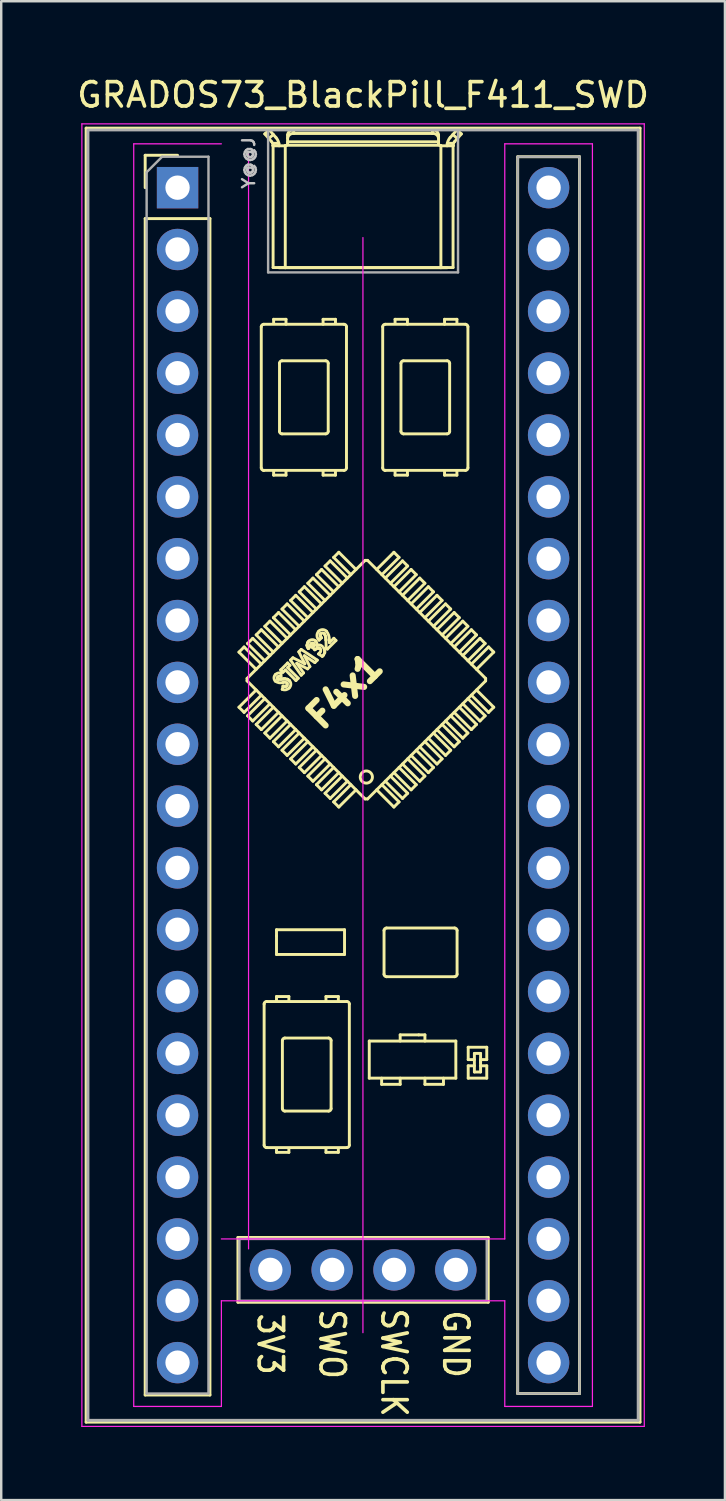
<source format=kicad_pcb>
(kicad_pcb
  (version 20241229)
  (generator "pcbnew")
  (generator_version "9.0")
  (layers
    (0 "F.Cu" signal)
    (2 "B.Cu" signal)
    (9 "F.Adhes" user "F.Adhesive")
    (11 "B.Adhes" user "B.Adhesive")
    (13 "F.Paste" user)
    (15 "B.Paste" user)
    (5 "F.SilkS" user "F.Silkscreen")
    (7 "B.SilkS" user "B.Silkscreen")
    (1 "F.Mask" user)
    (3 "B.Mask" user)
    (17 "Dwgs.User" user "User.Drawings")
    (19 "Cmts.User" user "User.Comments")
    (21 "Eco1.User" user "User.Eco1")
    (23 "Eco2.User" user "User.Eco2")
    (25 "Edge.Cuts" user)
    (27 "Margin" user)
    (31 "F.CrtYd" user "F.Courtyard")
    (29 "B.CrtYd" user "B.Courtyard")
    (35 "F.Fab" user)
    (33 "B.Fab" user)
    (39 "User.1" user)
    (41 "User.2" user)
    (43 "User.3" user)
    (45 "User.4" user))
  (footprint "GRADOS73_BlackPill_F411_SWD"
    (layer "F.Cu")
    (at 4.243 4.658)
    (property "Reference" "GRADOS73_BlackPill_F411_SWD" (at 7.62 -3.81 0) (layer "F.SilkS") (effects (font (size 1 1) (thickness 0.15))))
    (attr through_hole)
    (fp_line (start -3.755 -2.445) (end 18.995 -2.445) (stroke (width 0.12) (type solid)) (layer "F.SilkS"))
    (fp_line (start -3.755 50.705) (end -3.755 -2.445) (stroke (width 0.12) (type solid)) (layer "F.SilkS"))
    (fp_line (start -1.33 -1.33) (end 0 -1.33) (stroke (width 0.12) (type solid)) (layer "F.SilkS"))
    (fp_line (start -1.33 0) (end -1.33 -1.33) (stroke (width 0.12) (type solid)) (layer "F.SilkS"))
    (fp_line (start -1.33 1.27) (end 1.33 1.27) (stroke (width 0.12) (type solid)) (layer "F.SilkS"))
    (fp_line (start -1.33 49.59) (end -1.33 1.27) (stroke (width 0.12) (type solid)) (layer "F.SilkS"))
    (fp_line (start 1.33 1.27) (end 1.33 49.59) (stroke (width 0.12) (type solid)) (layer "F.SilkS"))
    (fp_line (start 1.33 49.59) (end -1.33 49.59) (stroke (width 0.12) (type solid)) (layer "F.SilkS"))
    (fp_line (start 2.48 43.12) (end 2.48 45.78) (stroke (width 0.12) (type solid)) (layer "F.SilkS"))
    (fp_line (start 2.48 45.78) (end 12.76 45.78) (stroke (width 0.12) (type solid)) (layer "F.SilkS"))
    (fp_line (start 2.522 19.077) (end 3.229 19.784) (stroke (width 0.12) (type solid)) (layer "F.SilkS"))
    (fp_line (start 2.522 21.34) (end 3.229 20.633) (stroke (width 0.12) (type solid)) (layer "F.SilkS"))
    (fp_line (start 2.734 18.865) (end 2.522 19.077) (stroke (width 0.12) (type solid)) (layer "F.SilkS"))
    (fp_line (start 2.734 18.865) (end 3.441 19.572) (stroke (width 0.12) (type solid)) (layer "F.SilkS"))
    (fp_line (start 2.734 21.552) (end 2.522 21.34) (stroke (width 0.12) (type solid)) (layer "F.SilkS"))
    (fp_line (start 2.734 21.552) (end 3.441 20.845) (stroke (width 0.12) (type solid)) (layer "F.SilkS"))
    (fp_line (start 2.855 20.258) (end 2.855 20.158) (stroke (width 0.12) (type solid)) (layer "F.SilkS"))
    (fp_line (start 2.855 20.258) (end 7.704 25.108) (stroke (width 0.12) (type solid)) (layer "F.SilkS"))
    (fp_line (start 2.875 18.723) (end 3.583 19.431) (stroke (width 0.12) (type solid)) (layer "F.SilkS"))
    (fp_line (start 2.875 21.693) (end 3.583 20.986) (stroke (width 0.12) (type solid)) (layer "F.SilkS"))
    (fp_line (start 3.088 18.511) (end 2.875 18.723) (stroke (width 0.12) (type solid)) (layer "F.SilkS"))
    (fp_line (start 3.088 18.511) (end 3.795 19.218) (stroke (width 0.12) (type solid)) (layer "F.SilkS"))
    (fp_line (start 3.088 21.905) (end 2.875 21.693) (stroke (width 0.12) (type solid)) (layer "F.SilkS"))
    (fp_line (start 3.088 21.905) (end 3.795 21.198) (stroke (width 0.12) (type solid)) (layer "F.SilkS"))
    (fp_line (start 3.229 18.37) (end 3.936 19.077) (stroke (width 0.12) (type solid)) (layer "F.SilkS"))
    (fp_line (start 3.229 22.047) (end 3.936 21.34) (stroke (width 0.12) (type solid)) (layer "F.SilkS"))
    (fp_line (start 3.438 5.712) (end 3.438 11.512) (stroke (width 0.12) (type solid)) (layer "F.SilkS"))
    (fp_line (start 3.441 18.158) (end 3.229 18.37) (stroke (width 0.12) (type solid)) (layer "F.SilkS"))
    (fp_line (start 3.441 18.158) (end 4.148 18.865) (stroke (width 0.12) (type solid)) (layer "F.SilkS"))
    (fp_line (start 3.441 22.259) (end 3.229 22.047) (stroke (width 0.12) (type solid)) (layer "F.SilkS"))
    (fp_line (start 3.441 22.259) (end 4.148 21.552) (stroke (width 0.12) (type solid)) (layer "F.SilkS"))
    (fp_line (start 3.534 11.612) (end 3.538 11.612) (stroke (width 0.12) (type solid)) (layer "F.SilkS"))
    (fp_line (start 3.538 11.612) (end 6.838 11.612) (stroke (width 0.12) (type solid)) (layer "F.SilkS"))
    (fp_line (start 3.556 33.528) (end 3.556 39.328) (stroke (width 0.12) (type solid)) (layer "F.SilkS"))
    (fp_line (start 3.583 -2.207) (end 3.861 -1.891) (stroke (width 0.12) (type solid)) (layer "F.SilkS"))
    (fp_line (start 3.583 18.016) (end 4.29 18.723) (stroke (width 0.12) (type solid)) (layer "F.SilkS"))
    (fp_line (start 3.583 22.4) (end 4.29 21.693) (stroke (width 0.12) (type solid)) (layer "F.SilkS"))
    (fp_line (start 3.652 39.428) (end 3.656 39.428) (stroke (width 0.12) (type solid)) (layer "F.SilkS"))
    (fp_line (start 3.656 39.428) (end 6.956 39.428) (stroke (width 0.12) (type solid)) (layer "F.SilkS"))
    (fp_line (start 3.748 -2.02) (end 3.933 -2.182) (stroke (width 0.12) (type solid)) (layer "F.SilkS"))
    (fp_line (start 3.767 -2.37) (end 3.583 -2.207) (stroke (width 0.12) (type solid)) (layer "F.SilkS"))
    (fp_line (start 3.795 17.804) (end 3.583 18.016) (stroke (width 0.12) (type solid)) (layer "F.SilkS"))
    (fp_line (start 3.795 17.804) (end 4.502 18.511) (stroke (width 0.12) (type solid)) (layer "F.SilkS"))
    (fp_line (start 3.795 22.613) (end 3.583 22.4) (stroke (width 0.12) (type solid)) (layer "F.SilkS"))
    (fp_line (start 3.795 22.613) (end 4.502 21.905) (stroke (width 0.12) (type solid)) (layer "F.SilkS"))
    (fp_line (start 3.924 -1.728) (end 3.929 -1.72) (stroke (width 0.12) (type solid)) (layer "F.SilkS"))
    (fp_line (start 3.924 -1.726) (end 3.924 -1.728) (stroke (width 0.12) (type solid)) (layer "F.SilkS"))
    (fp_line (start 3.924 -1.726) (end 3.924 3.28) (stroke (width 0.12) (type solid)) (layer "F.SilkS"))
    (fp_line (start 3.929 -1.72) (end 3.93 -1.72) (stroke (width 0.12) (type solid)) (layer "F.SilkS"))
    (fp_line (start 3.93 -1.72) (end 4.42 -1.72) (stroke (width 0.12) (type solid)) (layer "F.SilkS"))
    (fp_line (start 3.936 17.663) (end 4.643 18.37) (stroke (width 0.12) (type solid)) (layer "F.SilkS"))
    (fp_line (start 3.936 22.754) (end 4.643 22.047) (stroke (width 0.12) (type solid)) (layer "F.SilkS"))
    (fp_line (start 3.946 5.407) (end 4.454 5.407) (stroke (width 0.12) (type solid)) (layer "F.SilkS"))
    (fp_line (start 3.946 5.559) (end 3.946 5.407) (stroke (width 0.12) (type solid)) (layer "F.SilkS"))
    (fp_line (start 3.946 11.655) (end 3.946 11.808) (stroke (width 0.12) (type solid)) (layer "F.SilkS"))
    (fp_line (start 3.946 11.808) (end 4.454 11.808) (stroke (width 0.12) (type solid)) (layer "F.SilkS"))
    (fp_line (start 4.045 -2.055) (end 3.767 -2.37) (stroke (width 0.12) (type solid)) (layer "F.SilkS"))
    (fp_line (start 4.064 30.48) (end 4.064 30.734) (stroke (width 0.12) (type solid)) (layer "F.SilkS"))
    (fp_line (start 4.064 30.734) (end 4.064 31.496) (stroke (width 0.12) (type solid)) (layer "F.SilkS"))
    (fp_line (start 4.064 31.496) (end 6.858 31.496) (stroke (width 0.12) (type solid)) (layer "F.SilkS"))
    (fp_line (start 4.064 33.223) (end 4.572 33.223) (stroke (width 0.12) (type solid)) (layer "F.SilkS"))
    (fp_line (start 4.064 33.376) (end 4.064 33.223) (stroke (width 0.12) (type solid)) (layer "F.SilkS"))
    (fp_line (start 4.064 39.472) (end 4.064 39.624) (stroke (width 0.12) (type solid)) (layer "F.SilkS"))
    (fp_line (start 4.064 39.624) (end 4.572 39.624) (stroke (width 0.12) (type solid)) (layer "F.SilkS"))
    (fp_line (start 4.108 20.17) (end 4.126 20.182) (stroke (width 0.12) (type solid)) (layer "F.SilkS"))
    (fp_line (start 4.108 20.17) (end 4.126 20.182) (stroke (width 0.12) (type solid)) (layer "F.SilkS"))
    (fp_line (start 4.126 20.182) (end 4.142 20.186) (stroke (width 0.12) (type solid)) (layer "F.SilkS"))
    (fp_line (start 4.126 20.182) (end 4.142 20.186) (stroke (width 0.12) (type solid)) (layer "F.SilkS"))
    (fp_line (start 4.142 20.186) (end 4.221 20.186) (stroke (width 0.12) (type solid)) (layer "F.SilkS"))
    (fp_line (start 4.142 20.186) (end 4.221 20.186) (stroke (width 0.12) (type solid)) (layer "F.SilkS"))
    (fp_line (start 4.148 17.451) (end 3.936 17.663) (stroke (width 0.12) (type solid)) (layer "F.SilkS"))
    (fp_line (start 4.148 17.451) (end 4.855 18.158) (stroke (width 0.12) (type solid)) (layer "F.SilkS"))
    (fp_line (start 4.148 22.966) (end 3.936 22.754) (stroke (width 0.12) (type solid)) (layer "F.SilkS"))
    (fp_line (start 4.148 22.966) (end 4.855 22.259) (stroke (width 0.12) (type solid)) (layer "F.SilkS"))
    (fp_line (start 4.161 -1.82) (end 3.905 -1.82) (stroke (width 0.12) (type solid)) (layer "F.SilkS"))
    (fp_line (start 4.17 -1.72) (end 4.17 -1.724) (stroke (width 0.12) (type solid)) (layer "F.SilkS"))
    (fp_line (start 4.188 10.012) (end 4.188 7.212) (stroke (width 0.12) (type solid)) (layer "F.SilkS"))
    (fp_line (start 4.221 20.186) (end 4.283 20.183) (stroke (width 0.12) (type solid)) (layer "F.SilkS"))
    (fp_line (start 4.221 20.186) (end 4.283 20.183) (stroke (width 0.12) (type solid)) (layer "F.SilkS"))
    (fp_line (start 4.236 19.809) (end 4.522 19.523) (stroke (width 0.12) (type solid)) (layer "F.SilkS"))
    (fp_line (start 4.253 19.934) (end 4.247 20.07) (stroke (width 0.12) (type solid)) (layer "F.SilkS"))
    (fp_line (start 4.283 20.183) (end 4.355 20.178) (stroke (width 0.12) (type solid)) (layer "F.SilkS"))
    (fp_line (start 4.283 20.183) (end 4.355 20.178) (stroke (width 0.12) (type solid)) (layer "F.SilkS"))
    (fp_line (start 4.288 7.112) (end 6.088 7.112) (stroke (width 0.12) (type solid)) (layer "F.SilkS"))
    (fp_line (start 4.29 17.309) (end 4.997 18.016) (stroke (width 0.12) (type solid)) (layer "F.SilkS"))
    (fp_line (start 4.29 23.107) (end 4.997 22.4) (stroke (width 0.12) (type solid)) (layer "F.SilkS"))
    (fp_line (start 4.3 20.607) (end 4.334 20.473) (stroke (width 0.12) (type solid)) (layer "F.SilkS"))
    (fp_line (start 4.306 37.828) (end 4.306 35.028) (stroke (width 0.12) (type solid)) (layer "F.SilkS"))
    (fp_line (start 4.331 19.904) (end 4.236 19.809) (stroke (width 0.12) (type solid)) (layer "F.SilkS"))
    (fp_line (start 4.334 20.473) (end 4.424 20.484) (stroke (width 0.12) (type solid)) (layer "F.SilkS"))
    (fp_line (start 4.334 20.473) (end 4.424 20.484) (stroke (width 0.12) (type solid)) (layer "F.SilkS"))
    (fp_line (start 4.355 20.178) (end 4.412 20.176) (stroke (width 0.12) (type solid)) (layer "F.SilkS"))
    (fp_line (start 4.355 20.178) (end 4.412 20.176) (stroke (width 0.12) (type solid)) (layer "F.SilkS"))
    (fp_line (start 4.406 34.928) (end 6.206 34.928) (stroke (width 0.12) (type solid)) (layer "F.SilkS"))
    (fp_line (start 4.412 20.176) (end 4.518 20.195) (stroke (width 0.12) (type solid)) (layer "F.SilkS"))
    (fp_line (start 4.412 20.176) (end 4.518 20.195) (stroke (width 0.12) (type solid)) (layer "F.SilkS"))
    (fp_line (start 4.42 -1.72) (end 4.424 -1.72) (stroke (width 0.12) (type solid)) (layer "F.SilkS"))
    (fp_line (start 4.424 -1.72) (end 4.424 3.29) (stroke (width 0.12) (type solid)) (layer "F.SilkS"))
    (fp_line (start 4.424 20.484) (end 4.459 20.474) (stroke (width 0.12) (type solid)) (layer "F.SilkS"))
    (fp_line (start 4.424 20.484) (end 4.459 20.474) (stroke (width 0.12) (type solid)) (layer "F.SilkS"))
    (fp_line (start 4.427 19.809) (end 4.331 19.904) (stroke (width 0.12) (type solid)) (layer "F.SilkS"))
    (fp_line (start 4.454 5.407) (end 4.454 5.61) (stroke (width 0.12) (type solid)) (layer "F.SilkS"))
    (fp_line (start 4.454 11.808) (end 4.454 11.655) (stroke (width 0.12) (type solid)) (layer "F.SilkS"))
    (fp_line (start 4.459 20.474) (end 4.489 20.454) (stroke (width 0.12) (type solid)) (layer "F.SilkS"))
    (fp_line (start 4.459 20.474) (end 4.489 20.454) (stroke (width 0.12) (type solid)) (layer "F.SilkS"))
    (fp_line (start 4.502 17.097) (end 4.29 17.309) (stroke (width 0.12) (type solid)) (layer "F.SilkS"))
    (fp_line (start 4.502 17.097) (end 5.209 17.804) (stroke (width 0.12) (type solid)) (layer "F.SilkS"))
    (fp_line (start 4.502 23.32) (end 4.29 23.107) (stroke (width 0.12) (type solid)) (layer "F.SilkS"))
    (fp_line (start 4.502 23.32) (end 5.209 22.613) (stroke (width 0.12) (type solid)) (layer "F.SilkS"))
    (fp_line (start 4.518 20.195) (end 4.588 20.243) (stroke (width 0.12) (type solid)) (layer "F.SilkS"))
    (fp_line (start 4.518 20.195) (end 4.588 20.243) (stroke (width 0.12) (type solid)) (layer "F.SilkS"))
    (fp_line (start 4.52 -2.165) (end 4.52 -1.82) (stroke (width 0.12) (type solid)) (layer "F.SilkS"))
    (fp_line (start 4.52 -1.885) (end 10.72 -1.885) (stroke (width 0.12) (type solid)) (layer "F.SilkS"))
    (fp_line (start 4.522 19.523) (end 4.617 19.618) (stroke (width 0.12) (type solid)) (layer "F.SilkS"))
    (fp_line (start 4.522 19.714) (end 4.957 20.149) (stroke (width 0.12) (type solid)) (layer "F.SilkS"))
    (fp_line (start 4.572 33.223) (end 4.572 33.426) (stroke (width 0.12) (type solid)) (layer "F.SilkS"))
    (fp_line (start 4.572 39.624) (end 4.572 39.472) (stroke (width 0.12) (type solid)) (layer "F.SilkS"))
    (fp_line (start 4.617 19.618) (end 4.522 19.714) (stroke (width 0.12) (type solid)) (layer "F.SilkS"))
    (fp_line (start 4.639 19.406) (end 4.737 19.308) (stroke (width 0.12) (type solid)) (layer "F.SilkS"))
    (fp_line (start 4.643 16.956) (end 5.35 17.663) (stroke (width 0.12) (type solid)) (layer "F.SilkS"))
    (fp_line (start 4.643 23.461) (end 5.35 22.754) (stroke (width 0.12) (type solid)) (layer "F.SilkS"))
    (fp_line (start 4.737 19.308) (end 5.228 19.557) (stroke (width 0.12) (type solid)) (layer "F.SilkS"))
    (fp_line (start 4.77 -2.227) (end 4.77 -2.37) (stroke (width 0.12) (type solid)) (layer "F.SilkS"))
    (fp_line (start 4.855 16.744) (end 4.643 16.956) (stroke (width 0.12) (type solid)) (layer "F.SilkS"))
    (fp_line (start 4.855 16.744) (end 5.562 17.451) (stroke (width 0.12) (type solid)) (layer "F.SilkS"))
    (fp_line (start 4.855 23.673) (end 4.643 23.461) (stroke (width 0.12) (type solid)) (layer "F.SilkS"))
    (fp_line (start 4.855 23.673) (end 5.562 22.966) (stroke (width 0.12) (type solid)) (layer "F.SilkS"))
    (fp_line (start 4.862 20.244) (end 4.427 19.809) (stroke (width 0.12) (type solid)) (layer "F.SilkS"))
    (fp_line (start 4.897 19.538) (end 5.176 19.93) (stroke (width 0.12) (type solid)) (layer "F.SilkS"))
    (fp_line (start 4.957 20.149) (end 4.862 20.244) (stroke (width 0.12) (type solid)) (layer "F.SilkS"))
    (fp_line (start 4.98 19.065) (end 5.078 18.967) (stroke (width 0.12) (type solid)) (layer "F.SilkS"))
    (fp_line (start 4.997 16.602) (end 5.704 17.309) (stroke (width 0.12) (type solid)) (layer "F.SilkS"))
    (fp_line (start 4.997 23.815) (end 5.704 23.107) (stroke (width 0.12) (type solid)) (layer "F.SilkS"))
    (fp_line (start 5.078 18.967) (end 5.74 19.406) (stroke (width 0.12) (type solid)) (layer "F.SilkS"))
    (fp_line (start 5.079 20.026) (end 4.639 19.406) (stroke (width 0.12) (type solid)) (layer "F.SilkS"))
    (fp_line (start 5.176 19.93) (end 5.079 20.026) (stroke (width 0.12) (type solid)) (layer "F.SilkS"))
    (fp_line (start 5.209 16.39) (end 4.997 16.602) (stroke (width 0.12) (type solid)) (layer "F.SilkS"))
    (fp_line (start 5.209 16.39) (end 5.916 17.097) (stroke (width 0.12) (type solid)) (layer "F.SilkS"))
    (fp_line (start 5.209 24.027) (end 4.997 23.815) (stroke (width 0.12) (type solid)) (layer "F.SilkS"))
    (fp_line (start 5.209 24.027) (end 5.916 23.32) (stroke (width 0.12) (type solid)) (layer "F.SilkS"))
    (fp_line (start 5.21 19.226) (end 5.435 19.671) (stroke (width 0.12) (type solid)) (layer "F.SilkS"))
    (fp_line (start 5.228 19.557) (end 4.98 19.065) (stroke (width 0.12) (type solid)) (layer "F.SilkS"))
    (fp_line (start 5.319 18.798) (end 5.339 18.697) (stroke (width 0.12) (type solid)) (layer "F.SilkS"))
    (fp_line (start 5.319 18.798) (end 5.339 18.697) (stroke (width 0.12) (type solid)) (layer "F.SilkS"))
    (fp_line (start 5.331 18.861) (end 5.319 18.798) (stroke (width 0.12) (type solid)) (layer "F.SilkS"))
    (fp_line (start 5.331 18.861) (end 5.319 18.798) (stroke (width 0.12) (type solid)) (layer "F.SilkS"))
    (fp_line (start 5.339 18.697) (end 5.387 18.631) (stroke (width 0.12) (type solid)) (layer "F.SilkS"))
    (fp_line (start 5.339 18.697) (end 5.387 18.631) (stroke (width 0.12) (type solid)) (layer "F.SilkS"))
    (fp_line (start 5.342 19.764) (end 4.897 19.538) (stroke (width 0.12) (type solid)) (layer "F.SilkS"))
    (fp_line (start 5.35 16.249) (end 6.057 16.956) (stroke (width 0.12) (type solid)) (layer "F.SilkS"))
    (fp_line (start 5.35 24.168) (end 6.057 23.461) (stroke (width 0.12) (type solid)) (layer "F.SilkS"))
    (fp_line (start 5.372 18.932) (end 5.331 18.861) (stroke (width 0.12) (type solid)) (layer "F.SilkS"))
    (fp_line (start 5.372 18.932) (end 5.331 18.861) (stroke (width 0.12) (type solid)) (layer "F.SilkS"))
    (fp_line (start 5.435 19.671) (end 5.342 19.764) (stroke (width 0.12) (type solid)) (layer "F.SilkS"))
    (fp_line (start 5.467 18.837) (end 5.372 18.932) (stroke (width 0.12) (type solid)) (layer "F.SilkS"))
    (fp_line (start 5.549 18.891) (end 5.6 18.812) (stroke (width 0.12) (type solid)) (layer "F.SilkS"))
    (fp_line (start 5.549 18.891) (end 5.6 18.812) (stroke (width 0.12) (type solid)) (layer "F.SilkS"))
    (fp_line (start 5.562 16.036) (end 5.35 16.249) (stroke (width 0.12) (type solid)) (layer "F.SilkS"))
    (fp_line (start 5.562 16.036) (end 6.27 16.744) (stroke (width 0.12) (type solid)) (layer "F.SilkS"))
    (fp_line (start 5.562 24.38) (end 5.35 24.168) (stroke (width 0.12) (type solid)) (layer "F.SilkS"))
    (fp_line (start 5.562 24.38) (end 6.27 23.673) (stroke (width 0.12) (type solid)) (layer "F.SilkS"))
    (fp_line (start 5.598 18.743) (end 5.585 18.723) (stroke (width 0.12) (type solid)) (layer "F.SilkS"))
    (fp_line (start 5.598 18.743) (end 5.585 18.723) (stroke (width 0.12) (type solid)) (layer "F.SilkS"))
    (fp_line (start 5.6 18.812) (end 5.605 18.765) (stroke (width 0.12) (type solid)) (layer "F.SilkS"))
    (fp_line (start 5.6 18.812) (end 5.605 18.765) (stroke (width 0.12) (type solid)) (layer "F.SilkS"))
    (fp_line (start 5.605 18.765) (end 5.598 18.743) (stroke (width 0.12) (type solid)) (layer "F.SilkS"))
    (fp_line (start 5.605 18.765) (end 5.598 18.743) (stroke (width 0.12) (type solid)) (layer "F.SilkS"))
    (fp_line (start 5.637 18.979) (end 5.549 18.891) (stroke (width 0.12) (type solid)) (layer "F.SilkS"))
    (fp_line (start 5.639 19.507) (end 5.21 19.226) (stroke (width 0.12) (type solid)) (layer "F.SilkS"))
    (fp_line (start 5.704 15.895) (end 6.411 16.602) (stroke (width 0.12) (type solid)) (layer "F.SilkS"))
    (fp_line (start 5.704 24.522) (end 6.411 23.815) (stroke (width 0.12) (type solid)) (layer "F.SilkS"))
    (fp_line (start 5.738 18.913) (end 5.637 18.979) (stroke (width 0.12) (type solid)) (layer "F.SilkS"))
    (fp_line (start 5.738 18.913) (end 5.637 18.979) (stroke (width 0.12) (type solid)) (layer "F.SilkS"))
    (fp_line (start 5.74 19.406) (end 5.639 19.507) (stroke (width 0.12) (type solid)) (layer "F.SilkS"))
    (fp_line (start 5.791 19.152) (end 5.846 19.097) (stroke (width 0.12) (type solid)) (layer "F.SilkS"))
    (fp_line (start 5.798 18.909) (end 5.738 18.913) (stroke (width 0.12) (type solid)) (layer "F.SilkS"))
    (fp_line (start 5.798 18.909) (end 5.738 18.913) (stroke (width 0.12) (type solid)) (layer "F.SilkS"))
    (fp_line (start 5.827 18.918) (end 5.798 18.909) (stroke (width 0.12) (type solid)) (layer "F.SilkS"))
    (fp_line (start 5.827 18.918) (end 5.798 18.909) (stroke (width 0.12) (type solid)) (layer "F.SilkS"))
    (fp_line (start 5.852 18.936) (end 5.827 18.918) (stroke (width 0.12) (type solid)) (layer "F.SilkS"))
    (fp_line (start 5.852 18.936) (end 5.827 18.918) (stroke (width 0.12) (type solid)) (layer "F.SilkS"))
    (fp_line (start 5.862 18.367) (end 5.866 18.42) (stroke (width 0.12) (type solid)) (layer "F.SilkS"))
    (fp_line (start 5.862 18.367) (end 5.866 18.42) (stroke (width 0.12) (type solid)) (layer "F.SilkS"))
    (fp_line (start 5.866 18.42) (end 5.909 18.49) (stroke (width 0.12) (type solid)) (layer "F.SilkS"))
    (fp_line (start 5.866 18.42) (end 5.909 18.49) (stroke (width 0.12) (type solid)) (layer "F.SilkS"))
    (fp_line (start 5.887 18.321) (end 5.862 18.367) (stroke (width 0.12) (type solid)) (layer "F.SilkS"))
    (fp_line (start 5.887 18.321) (end 5.862 18.367) (stroke (width 0.12) (type solid)) (layer "F.SilkS"))
    (fp_line (start 5.909 18.49) (end 5.814 18.585) (stroke (width 0.12) (type solid)) (layer "F.SilkS"))
    (fp_line (start 5.916 15.683) (end 5.704 15.895) (stroke (width 0.12) (type solid)) (layer "F.SilkS"))
    (fp_line (start 5.916 15.683) (end 6.623 16.39) (stroke (width 0.12) (type solid)) (layer "F.SilkS"))
    (fp_line (start 5.916 24.734) (end 5.704 24.522) (stroke (width 0.12) (type solid)) (layer "F.SilkS"))
    (fp_line (start 5.916 24.734) (end 6.623 24.027) (stroke (width 0.12) (type solid)) (layer "F.SilkS"))
    (fp_line (start 5.944 19.253) (end 5.791 19.152) (stroke (width 0.12) (type solid)) (layer "F.SilkS"))
    (fp_line (start 5.978 5.407) (end 5.978 5.61) (stroke (width 0.12) (type solid)) (layer "F.SilkS"))
    (fp_line (start 5.978 11.808) (end 5.978 11.655) (stroke (width 0.12) (type solid)) (layer "F.SilkS"))
    (fp_line (start 5.994 18.898) (end 6.045 18.999) (stroke (width 0.12) (type solid)) (layer "F.SilkS"))
    (fp_line (start 5.994 19.202) (end 5.944 19.253) (stroke (width 0.12) (type solid)) (layer "F.SilkS"))
    (fp_line (start 6.045 18.999) (end 6.045 19.05) (stroke (width 0.12) (type solid)) (layer "F.SilkS"))
    (fp_line (start 6.045 19.05) (end 6.045 19.101) (stroke (width 0.12) (type solid)) (layer "F.SilkS"))
    (fp_line (start 6.045 19.101) (end 5.994 19.202) (stroke (width 0.12) (type solid)) (layer "F.SilkS"))
    (fp_line (start 6.057 15.541) (end 6.765 16.249) (stroke (width 0.12) (type solid)) (layer "F.SilkS"))
    (fp_line (start 6.057 24.875) (end 6.765 24.168) (stroke (width 0.12) (type solid)) (layer "F.SilkS"))
    (fp_line (start 6.08 18.428) (end 6.027 18.322) (stroke (width 0.12) (type solid)) (layer "F.SilkS"))
    (fp_line (start 6.08 18.428) (end 6.027 18.322) (stroke (width 0.12) (type solid)) (layer "F.SilkS"))
    (fp_line (start 6.088 10.112) (end 4.288 10.112) (stroke (width 0.12) (type solid)) (layer "F.SilkS"))
    (fp_line (start 6.095 18.58) (end 6.08 18.428) (stroke (width 0.12) (type solid)) (layer "F.SilkS"))
    (fp_line (start 6.095 18.58) (end 6.08 18.428) (stroke (width 0.12) (type solid)) (layer "F.SilkS"))
    (fp_line (start 6.096 33.223) (end 6.096 33.426) (stroke (width 0.12) (type solid)) (layer "F.SilkS"))
    (fp_line (start 6.096 39.624) (end 6.096 39.472) (stroke (width 0.12) (type solid)) (layer "F.SilkS"))
    (fp_line (start 6.105 18.904) (end 6.095 18.58) (stroke (width 0.12) (type solid)) (layer "F.SilkS"))
    (fp_line (start 6.154 18.952) (end 6.105 18.904) (stroke (width 0.12) (type solid)) (layer "F.SilkS"))
    (fp_line (start 6.188 7.212) (end 6.188 10.012) (stroke (width 0.12) (type solid)) (layer "F.SilkS"))
    (fp_line (start 6.206 37.928) (end 4.406 37.928) (stroke (width 0.12) (type solid)) (layer "F.SilkS"))
    (fp_line (start 6.232 18.57) (end 6.24 18.689) (stroke (width 0.12) (type solid)) (layer "F.SilkS"))
    (fp_line (start 6.24 18.689) (end 6.419 18.51) (stroke (width 0.12) (type solid)) (layer "F.SilkS"))
    (fp_line (start 6.27 15.329) (end 6.057 15.541) (stroke (width 0.12) (type solid)) (layer "F.SilkS"))
    (fp_line (start 6.27 15.329) (end 6.977 16.036) (stroke (width 0.12) (type solid)) (layer "F.SilkS"))
    (fp_line (start 6.27 25.087) (end 6.057 24.875) (stroke (width 0.12) (type solid)) (layer "F.SilkS"))
    (fp_line (start 6.27 25.087) (end 6.977 24.38) (stroke (width 0.12) (type solid)) (layer "F.SilkS"))
    (fp_line (start 6.306 35.028) (end 6.306 37.828) (stroke (width 0.12) (type solid)) (layer "F.SilkS"))
    (fp_line (start 6.411 15.188) (end 7.118 15.895) (stroke (width 0.12) (type solid)) (layer "F.SilkS"))
    (fp_line (start 6.411 25.229) (end 7.118 24.522) (stroke (width 0.12) (type solid)) (layer "F.SilkS"))
    (fp_line (start 6.419 18.51) (end 6.507 18.599) (stroke (width 0.12) (type solid)) (layer "F.SilkS"))
    (fp_line (start 6.486 5.407) (end 5.978 5.407) (stroke (width 0.12) (type solid)) (layer "F.SilkS"))
    (fp_line (start 6.486 5.559) (end 6.486 5.407) (stroke (width 0.12) (type solid)) (layer "F.SilkS"))
    (fp_line (start 6.486 11.655) (end 6.486 11.808) (stroke (width 0.12) (type solid)) (layer "F.SilkS"))
    (fp_line (start 6.486 11.808) (end 5.978 11.808) (stroke (width 0.12) (type solid)) (layer "F.SilkS"))
    (fp_line (start 6.507 18.599) (end 6.154 18.952) (stroke (width 0.12) (type solid)) (layer "F.SilkS"))
    (fp_line (start 6.604 33.223) (end 6.096 33.223) (stroke (width 0.12) (type solid)) (layer "F.SilkS"))
    (fp_line (start 6.604 33.376) (end 6.604 33.223) (stroke (width 0.12) (type solid)) (layer "F.SilkS"))
    (fp_line (start 6.604 39.472) (end 6.604 39.624) (stroke (width 0.12) (type solid)) (layer "F.SilkS"))
    (fp_line (start 6.604 39.624) (end 6.096 39.624) (stroke (width 0.12) (type solid)) (layer "F.SilkS"))
    (fp_line (start 6.623 14.976) (end 6.411 15.188) (stroke (width 0.12) (type solid)) (layer "F.SilkS"))
    (fp_line (start 6.623 14.976) (end 7.33 15.683) (stroke (width 0.12) (type solid)) (layer "F.SilkS"))
    (fp_line (start 6.623 25.441) (end 6.411 25.229) (stroke (width 0.12) (type solid)) (layer "F.SilkS"))
    (fp_line (start 6.623 25.441) (end 7.33 24.734) (stroke (width 0.12) (type solid)) (layer "F.SilkS"))
    (fp_line (start 6.838 5.612) (end 3.538 5.612) (stroke (width 0.12) (type solid)) (layer "F.SilkS"))
    (fp_line (start 6.858 30.48) (end 4.064 30.48) (stroke (width 0.12) (type solid)) (layer "F.SilkS"))
    (fp_line (start 6.858 31.496) (end 6.858 30.48) (stroke (width 0.12) (type solid)) (layer "F.SilkS"))
    (fp_line (start 6.938 11.512) (end 6.938 5.712) (stroke (width 0.12) (type solid)) (layer "F.SilkS"))
    (fp_line (start 6.956 33.428) (end 3.656 33.428) (stroke (width 0.12) (type solid)) (layer "F.SilkS"))
    (fp_line (start 7.056 39.328) (end 7.056 33.528) (stroke (width 0.12) (type solid)) (layer "F.SilkS"))
    (fp_line (start 7.704 15.309) (end 2.855 20.158) (stroke (width 0.12) (type solid)) (layer "F.SilkS"))
    (fp_line (start 7.704 25.108) (end 7.804 25.108) (stroke (width 0.12) (type solid)) (layer "F.SilkS"))
    (fp_line (start 7.804 15.309) (end 7.704 15.309) (stroke (width 0.12) (type solid)) (layer "F.SilkS"))
    (fp_line (start 7.874 35.052) (end 7.874 36.576) (stroke (width 0.12) (type solid)) (layer "F.SilkS"))
    (fp_line (start 7.874 36.576) (end 11.43 36.576) (stroke (width 0.12) (type solid)) (layer "F.SilkS"))
    (fp_line (start 8.382 36.576) (end 8.382 36.83) (stroke (width 0.12) (type solid)) (layer "F.SilkS"))
    (fp_line (start 8.382 36.83) (end 9.144 36.83) (stroke (width 0.12) (type solid)) (layer "F.SilkS"))
    (fp_line (start 8.426 5.712) (end 8.426 11.512) (stroke (width 0.12) (type solid)) (layer "F.SilkS"))
    (fp_line (start 8.481 32.309) (end 8.481 30.509) (stroke (width 0.12) (type solid)) (layer "F.SilkS"))
    (fp_line (start 8.522 11.612) (end 8.526 11.612) (stroke (width 0.12) (type solid)) (layer "F.SilkS"))
    (fp_line (start 8.526 11.612) (end 11.826 11.612) (stroke (width 0.12) (type solid)) (layer "F.SilkS"))
    (fp_line (start 8.581 30.409) (end 11.381 30.409) (stroke (width 0.12) (type solid)) (layer "F.SilkS"))
    (fp_line (start 8.886 14.976) (end 8.179 15.683) (stroke (width 0.12) (type solid)) (layer "F.SilkS"))
    (fp_line (start 8.886 25.441) (end 8.179 24.734) (stroke (width 0.12) (type solid)) (layer "F.SilkS"))
    (fp_line (start 8.934 5.407) (end 9.442 5.407) (stroke (width 0.12) (type solid)) (layer "F.SilkS"))
    (fp_line (start 8.934 5.559) (end 8.934 5.407) (stroke (width 0.12) (type solid)) (layer "F.SilkS"))
    (fp_line (start 8.934 11.655) (end 8.934 11.808) (stroke (width 0.12) (type solid)) (layer "F.SilkS"))
    (fp_line (start 8.934 11.808) (end 9.442 11.808) (stroke (width 0.12) (type solid)) (layer "F.SilkS"))
    (fp_line (start 9.098 15.188) (end 8.391 15.895) (stroke (width 0.12) (type solid)) (layer "F.SilkS"))
    (fp_line (start 9.098 15.188) (end 8.886 14.976) (stroke (width 0.12) (type solid)) (layer "F.SilkS"))
    (fp_line (start 9.098 25.229) (end 8.391 24.522) (stroke (width 0.12) (type solid)) (layer "F.SilkS"))
    (fp_line (start 9.098 25.229) (end 8.886 25.441) (stroke (width 0.12) (type solid)) (layer "F.SilkS"))
    (fp_line (start 9.144 34.798) (end 9.906 34.798) (stroke (width 0.12) (type solid)) (layer "F.SilkS"))
    (fp_line (start 9.144 35.052) (end 9.144 34.798) (stroke (width 0.12) (type solid)) (layer "F.SilkS"))
    (fp_line (start 9.144 36.83) (end 9.144 36.576) (stroke (width 0.12) (type solid)) (layer "F.SilkS"))
    (fp_line (start 9.176 10.012) (end 9.176 7.212) (stroke (width 0.12) (type solid)) (layer "F.SilkS"))
    (fp_line (start 9.239 15.329) (end 8.532 16.036) (stroke (width 0.12) (type solid)) (layer "F.SilkS"))
    (fp_line (start 9.239 25.087) (end 8.532 24.38) (stroke (width 0.12) (type solid)) (layer "F.SilkS"))
    (fp_line (start 9.276 7.112) (end 11.076 7.112) (stroke (width 0.12) (type solid)) (layer "F.SilkS"))
    (fp_line (start 9.442 5.407) (end 9.442 5.61) (stroke (width 0.12) (type solid)) (layer "F.SilkS"))
    (fp_line (start 9.442 11.808) (end 9.442 11.655) (stroke (width 0.12) (type solid)) (layer "F.SilkS"))
    (fp_line (start 9.452 15.541) (end 8.744 16.249) (stroke (width 0.12) (type solid)) (layer "F.SilkS"))
    (fp_line (start 9.452 15.541) (end 9.239 15.329) (stroke (width 0.12) (type solid)) (layer "F.SilkS"))
    (fp_line (start 9.452 24.875) (end 8.744 24.168) (stroke (width 0.12) (type solid)) (layer "F.SilkS"))
    (fp_line (start 9.452 24.875) (end 9.239 25.087) (stroke (width 0.12) (type solid)) (layer "F.SilkS"))
    (fp_line (start 9.593 15.683) (end 8.886 16.39) (stroke (width 0.12) (type solid)) (layer "F.SilkS"))
    (fp_line (start 9.593 24.734) (end 8.886 24.027) (stroke (width 0.12) (type solid)) (layer "F.SilkS"))
    (fp_line (start 9.805 15.895) (end 9.098 16.602) (stroke (width 0.12) (type solid)) (layer "F.SilkS"))
    (fp_line (start 9.805 15.895) (end 9.593 15.683) (stroke (width 0.12) (type solid)) (layer "F.SilkS"))
    (fp_line (start 9.805 24.522) (end 9.098 23.815) (stroke (width 0.12) (type solid)) (layer "F.SilkS"))
    (fp_line (start 9.805 24.522) (end 9.593 24.734) (stroke (width 0.12) (type solid)) (layer "F.SilkS"))
    (fp_line (start 9.906 34.798) (end 10.16 34.798) (stroke (width 0.12) (type solid)) (layer "F.SilkS"))
    (fp_line (start 9.947 16.036) (end 9.239 16.744) (stroke (width 0.12) (type solid)) (layer "F.SilkS"))
    (fp_line (start 9.947 24.38) (end 9.239 23.673) (stroke (width 0.12) (type solid)) (layer "F.SilkS"))
    (fp_line (start 10.159 16.249) (end 9.452 16.956) (stroke (width 0.12) (type solid)) (layer "F.SilkS"))
    (fp_line (start 10.159 16.249) (end 9.947 16.036) (stroke (width 0.12) (type solid)) (layer "F.SilkS"))
    (fp_line (start 10.159 24.168) (end 9.452 23.461) (stroke (width 0.12) (type solid)) (layer "F.SilkS"))
    (fp_line (start 10.159 24.168) (end 9.947 24.38) (stroke (width 0.12) (type solid)) (layer "F.SilkS"))
    (fp_line (start 10.16 34.798) (end 10.16 35.052) (stroke (width 0.12) (type solid)) (layer "F.SilkS"))
    (fp_line (start 10.16 36.83) (end 10.16 36.576) (stroke (width 0.12) (type solid)) (layer "F.SilkS"))
    (fp_line (start 10.3 16.39) (end 9.593 17.097) (stroke (width 0.12) (type solid)) (layer "F.SilkS"))
    (fp_line (start 10.3 24.027) (end 9.593 23.32) (stroke (width 0.12) (type solid)) (layer "F.SilkS"))
    (fp_line (start 10.47 -2.37) (end 4.77 -2.37) (stroke (width 0.12) (type solid)) (layer "F.SilkS"))
    (fp_line (start 10.47 -2.227) (end 4.77 -2.227) (stroke (width 0.12) (type solid)) (layer "F.SilkS"))
    (fp_line (start 10.47 -2.227) (end 10.47 -2.37) (stroke (width 0.12) (type solid)) (layer "F.SilkS"))
    (fp_line (start 10.512 16.602) (end 9.805 17.309) (stroke (width 0.12) (type solid)) (layer "F.SilkS"))
    (fp_line (start 10.512 16.602) (end 10.3 16.39) (stroke (width 0.12) (type solid)) (layer "F.SilkS"))
    (fp_line (start 10.512 23.815) (end 9.805 23.107) (stroke (width 0.12) (type solid)) (layer "F.SilkS"))
    (fp_line (start 10.512 23.815) (end 10.3 24.027) (stroke (width 0.12) (type solid)) (layer "F.SilkS"))
    (fp_line (start 10.654 16.744) (end 9.947 17.451) (stroke (width 0.12) (type solid)) (layer "F.SilkS"))
    (fp_line (start 10.654 23.673) (end 9.947 22.966) (stroke (width 0.12) (type solid)) (layer "F.SilkS"))
    (fp_line (start 10.72 -2.165) (end 10.72 -1.82) (stroke (width 0.12) (type solid)) (layer "F.SilkS"))
    (fp_line (start 10.758 -1.741) (end 4.482 -1.741) (stroke (width 0.12) (type solid)) (layer "F.SilkS"))
    (fp_line (start 10.816 -1.72) (end 10.816 3.29) (stroke (width 0.12) (type solid)) (layer "F.SilkS"))
    (fp_line (start 10.82 -1.72) (end 10.816 -1.72) (stroke (width 0.12) (type solid)) (layer "F.SilkS"))
    (fp_line (start 10.866 16.956) (end 10.159 17.663) (stroke (width 0.12) (type solid)) (layer "F.SilkS"))
    (fp_line (start 10.866 16.956) (end 10.654 16.744) (stroke (width 0.12) (type solid)) (layer "F.SilkS"))
    (fp_line (start 10.866 23.461) (end 10.159 22.754) (stroke (width 0.12) (type solid)) (layer "F.SilkS"))
    (fp_line (start 10.866 23.461) (end 10.654 23.673) (stroke (width 0.12) (type solid)) (layer "F.SilkS"))
    (fp_line (start 10.922 36.576) (end 10.922 36.83) (stroke (width 0.12) (type solid)) (layer "F.SilkS"))
    (fp_line (start 10.922 36.83) (end 10.16 36.83) (stroke (width 0.12) (type solid)) (layer "F.SilkS"))
    (fp_line (start 10.966 5.407) (end 10.966 5.61) (stroke (width 0.12) (type solid)) (layer "F.SilkS"))
    (fp_line (start 10.966 11.808) (end 10.966 11.655) (stroke (width 0.12) (type solid)) (layer "F.SilkS"))
    (fp_line (start 11.007 17.097) (end 10.3 17.804) (stroke (width 0.12) (type solid)) (layer "F.SilkS"))
    (fp_line (start 11.007 23.32) (end 10.3 22.613) (stroke (width 0.12) (type solid)) (layer "F.SilkS"))
    (fp_line (start 11.07 -1.72) (end 11.07 -1.724) (stroke (width 0.12) (type solid)) (layer "F.SilkS"))
    (fp_line (start 11.07 3.29) (end 4.17 3.29) (stroke (width 0.12) (type solid)) (layer "F.SilkS"))
    (fp_line (start 11.076 10.112) (end 9.276 10.112) (stroke (width 0.12) (type solid)) (layer "F.SilkS"))
    (fp_line (start 11.079 -1.82) (end 11.335 -1.82) (stroke (width 0.12) (type solid)) (layer "F.SilkS"))
    (fp_line (start 11.176 7.212) (end 11.176 10.012) (stroke (width 0.12) (type solid)) (layer "F.SilkS"))
    (fp_line (start 11.195 -2.055) (end 11.473 -2.37) (stroke (width 0.12) (type solid)) (layer "F.SilkS"))
    (fp_line (start 11.219 17.309) (end 10.512 18.016) (stroke (width 0.12) (type solid)) (layer "F.SilkS"))
    (fp_line (start 11.219 17.309) (end 11.007 17.097) (stroke (width 0.12) (type solid)) (layer "F.SilkS"))
    (fp_line (start 11.219 23.107) (end 10.512 22.4) (stroke (width 0.12) (type solid)) (layer "F.SilkS"))
    (fp_line (start 11.219 23.107) (end 11.007 23.32) (stroke (width 0.12) (type solid)) (layer "F.SilkS"))
    (fp_line (start 11.31 -1.72) (end 10.82 -1.72) (stroke (width 0.12) (type solid)) (layer "F.SilkS"))
    (fp_line (start 11.311 -1.72) (end 11.31 -1.72) (stroke (width 0.12) (type solid)) (layer "F.SilkS"))
    (fp_line (start 11.316 -1.726) (end 11.316 3.28) (stroke (width 0.12) (type solid)) (layer "F.SilkS"))
    (fp_line (start 11.316 -1.726) (end 11.316 -1.728) (stroke (width 0.12) (type solid)) (layer "F.SilkS"))
    (fp_line (start 11.316 3.28) (end 3.924 3.28) (stroke (width 0.12) (type solid)) (layer "F.SilkS"))
    (fp_line (start 11.316 -1.728) (end 11.311 -1.72) (stroke (width 0.12) (type solid)) (layer "F.SilkS"))
    (fp_line (start 11.361 17.451) (end 10.654 18.158) (stroke (width 0.12) (type solid)) (layer "F.SilkS"))
    (fp_line (start 11.361 22.966) (end 10.654 22.259) (stroke (width 0.12) (type solid)) (layer "F.SilkS"))
    (fp_line (start 11.381 32.409) (end 8.581 32.409) (stroke (width 0.12) (type solid)) (layer "F.SilkS"))
    (fp_line (start 11.43 35.052) (end 7.874 35.052) (stroke (width 0.12) (type solid)) (layer "F.SilkS"))
    (fp_line (start 11.43 36.576) (end 11.43 35.052) (stroke (width 0.12) (type solid)) (layer "F.SilkS"))
    (fp_line (start 11.473 -2.37) (end 11.657 -2.207) (stroke (width 0.12) (type solid)) (layer "F.SilkS"))
    (fp_line (start 11.474 5.407) (end 10.966 5.407) (stroke (width 0.12) (type solid)) (layer "F.SilkS"))
    (fp_line (start 11.474 5.559) (end 11.474 5.407) (stroke (width 0.12) (type solid)) (layer "F.SilkS"))
    (fp_line (start 11.474 11.655) (end 11.474 11.808) (stroke (width 0.12) (type solid)) (layer "F.SilkS"))
    (fp_line (start 11.474 11.808) (end 10.966 11.808) (stroke (width 0.12) (type solid)) (layer "F.SilkS"))
    (fp_line (start 11.481 30.509) (end 11.481 32.309) (stroke (width 0.12) (type solid)) (layer "F.SilkS"))
    (fp_line (start 11.492 -2.02) (end 11.307 -2.182) (stroke (width 0.12) (type solid)) (layer "F.SilkS"))
    (fp_line (start 11.573 17.663) (end 10.866 18.37) (stroke (width 0.12) (type solid)) (layer "F.SilkS"))
    (fp_line (start 11.573 17.663) (end 11.361 17.451) (stroke (width 0.12) (type solid)) (layer "F.SilkS"))
    (fp_line (start 11.573 22.754) (end 10.866 22.047) (stroke (width 0.12) (type solid)) (layer "F.SilkS"))
    (fp_line (start 11.573 22.754) (end 11.361 22.966) (stroke (width 0.12) (type solid)) (layer "F.SilkS"))
    (fp_line (start 11.657 -2.207) (end 11.379 -1.891) (stroke (width 0.12) (type solid)) (layer "F.SilkS"))
    (fp_line (start 11.714 17.804) (end 11.007 18.511) (stroke (width 0.12) (type solid)) (layer "F.SilkS"))
    (fp_line (start 11.714 22.613) (end 11.007 21.905) (stroke (width 0.12) (type solid)) (layer "F.SilkS"))
    (fp_line (start 11.826 5.612) (end 8.526 5.612) (stroke (width 0.12) (type solid)) (layer "F.SilkS"))
    (fp_line (start 11.926 11.512) (end 11.926 5.712) (stroke (width 0.12) (type solid)) (layer "F.SilkS"))
    (fp_line (start 11.926 18.016) (end 11.219 18.723) (stroke (width 0.12) (type solid)) (layer "F.SilkS"))
    (fp_line (start 11.926 18.016) (end 11.714 17.804) (stroke (width 0.12) (type solid)) (layer "F.SilkS"))
    (fp_line (start 11.926 22.4) (end 11.219 21.693) (stroke (width 0.12) (type solid)) (layer "F.SilkS"))
    (fp_line (start 11.926 22.4) (end 11.714 22.613) (stroke (width 0.12) (type solid)) (layer "F.SilkS"))
    (fp_line (start 11.938 35.306) (end 11.938 35.814) (stroke (width 0.12) (type solid)) (layer "F.SilkS"))
    (fp_line (start 11.938 35.814) (end 12.192 35.814) (stroke (width 0.12) (type solid)) (layer "F.SilkS"))
    (fp_line (start 11.938 36.068) (end 11.938 36.576) (stroke (width 0.12) (type solid)) (layer "F.SilkS"))
    (fp_line (start 11.938 36.576) (end 12.7 36.576) (stroke (width 0.12) (type solid)) (layer "F.SilkS"))
    (fp_line (start 12.068 18.158) (end 11.361 18.865) (stroke (width 0.12) (type solid)) (layer "F.SilkS"))
    (fp_line (start 12.068 22.259) (end 11.361 21.552) (stroke (width 0.12) (type solid)) (layer "F.SilkS"))
    (fp_line (start 12.192 35.56) (end 12.192 36.322) (stroke (width 0.12) (type solid)) (layer "F.SilkS"))
    (fp_line (start 12.192 36.068) (end 11.938 36.068) (stroke (width 0.12) (type solid)) (layer "F.SilkS"))
    (fp_line (start 12.192 36.322) (end 12.446 36.322) (stroke (width 0.12) (type solid)) (layer "F.SilkS"))
    (fp_line (start 12.28 18.37) (end 11.573 19.077) (stroke (width 0.12) (type solid)) (layer "F.SilkS"))
    (fp_line (start 12.28 18.37) (end 12.068 18.158) (stroke (width 0.12) (type solid)) (layer "F.SilkS"))
    (fp_line (start 12.28 22.047) (end 11.573 21.34) (stroke (width 0.12) (type solid)) (layer "F.SilkS"))
    (fp_line (start 12.28 22.047) (end 12.068 22.259) (stroke (width 0.12) (type solid)) (layer "F.SilkS"))
    (fp_line (start 12.421 18.511) (end 11.714 19.218) (stroke (width 0.12) (type solid)) (layer "F.SilkS"))
    (fp_line (start 12.421 21.905) (end 11.714 21.198) (stroke (width 0.12) (type solid)) (layer "F.SilkS"))
    (fp_line (start 12.446 35.56) (end 12.192 35.56) (stroke (width 0.12) (type solid)) (layer "F.SilkS"))
    (fp_line (start 12.446 35.814) (end 12.7 35.814) (stroke (width 0.12) (type solid)) (layer "F.SilkS"))
    (fp_line (start 12.446 35.941) (end 12.446 35.814) (stroke (width 0.12) (type solid)) (layer "F.SilkS"))
    (fp_line (start 12.446 36.322) (end 12.446 35.56) (stroke (width 0.12) (type solid)) (layer "F.SilkS"))
    (fp_line (start 12.634 18.723) (end 11.926 19.431) (stroke (width 0.12) (type solid)) (layer "F.SilkS"))
    (fp_line (start 12.634 18.723) (end 12.421 18.511) (stroke (width 0.12) (type solid)) (layer "F.SilkS"))
    (fp_line (start 12.634 21.693) (end 11.926 20.986) (stroke (width 0.12) (type solid)) (layer "F.SilkS"))
    (fp_line (start 12.634 21.693) (end 12.421 21.905) (stroke (width 0.12) (type solid)) (layer "F.SilkS"))
    (fp_line (start 12.654 20.158) (end 7.804 15.309) (stroke (width 0.12) (type solid)) (layer "F.SilkS"))
    (fp_line (start 12.654 20.158) (end 12.654 20.258) (stroke (width 0.12) (type solid)) (layer "F.SilkS"))
    (fp_line (start 12.654 20.258) (end 7.804 25.108) (stroke (width 0.12) (type solid)) (layer "F.SilkS"))
    (fp_line (start 12.7 35.306) (end 11.938 35.306) (stroke (width 0.12) (type solid)) (layer "F.SilkS"))
    (fp_line (start 12.7 35.814) (end 12.7 35.306) (stroke (width 0.12) (type solid)) (layer "F.SilkS"))
    (fp_line (start 12.7 36.068) (end 12.446 36.068) (stroke (width 0.12) (type solid)) (layer "F.SilkS"))
    (fp_line (start 12.7 36.576) (end 12.7 36.068) (stroke (width 0.12) (type solid)) (layer "F.SilkS"))
    (fp_line (start 12.76 43.12) (end 2.48 43.12) (stroke (width 0.12) (type solid)) (layer "F.SilkS"))
    (fp_line (start 12.76 45.78) (end 12.76 43.12) (stroke (width 0.12) (type solid)) (layer "F.SilkS"))
    (fp_line (start 12.775 18.865) (end 12.068 19.572) (stroke (width 0.12) (type solid)) (layer "F.SilkS"))
    (fp_line (start 12.775 21.552) (end 12.068 20.845) (stroke (width 0.12) (type solid)) (layer "F.SilkS"))
    (fp_line (start 12.987 19.077) (end 12.28 19.784) (stroke (width 0.12) (type solid)) (layer "F.SilkS"))
    (fp_line (start 12.987 19.077) (end 12.775 18.865) (stroke (width 0.12) (type solid)) (layer "F.SilkS"))
    (fp_line (start 12.987 21.34) (end 12.28 20.633) (stroke (width 0.12) (type solid)) (layer "F.SilkS"))
    (fp_line (start 12.987 21.34) (end 12.775 21.552) (stroke (width 0.12) (type solid)) (layer "F.SilkS"))
    (fp_line (start 13.97 -1.27) (end 16.51 -1.27) (stroke (width 0.12) (type solid)) (layer "F.SilkS"))
    (fp_line (start 13.97 49.53) (end 13.97 -1.27) (stroke (width 0.12) (type solid)) (layer "F.SilkS"))
    (fp_line (start 16.51 -1.27) (end 16.51 49.53) (stroke (width 0.12) (type solid)) (layer "F.SilkS"))
    (fp_line (start 16.51 49.53) (end 13.97 49.53) (stroke (width 0.12) (type solid)) (layer "F.SilkS"))
    (fp_line (start 18.995 -2.445) (end 18.995 50.705) (stroke (width 0.12) (type solid)) (layer "F.SilkS"))
    (fp_line (start 18.995 50.705) (end -3.755 50.705) (stroke (width 0.12) (type solid)) (layer "F.SilkS"))
    (fp_arc (start 3.438089 5.711689) (mid 3.467378 5.640978) (end 3.538089 5.611689) (stroke (width 0.12) (type solid)) (layer "F.SilkS"))
    (fp_arc (start 3.538089 11.611689) (mid 3.467378 11.5824) (end 3.438089 11.511689) (stroke (width 0.12) (type solid)) (layer "F.SilkS"))
    (fp_arc (start 3.556 33.528) (mid 3.585289 33.457289) (end 3.656 33.428) (stroke (width 0.12) (type solid)) (layer "F.SilkS"))
    (fp_arc (start 3.656 39.428) (mid 3.585289 39.398711) (end 3.556 39.328) (stroke (width 0.12) (type solid)) (layer "F.SilkS"))
    (fp_arc (start 3.861166 -1.890847) (mid 3.906942 -1.815275) (end 3.923572 -1.7285) (stroke (width 0.12) (type solid)) (layer "F.SilkS"))
    (fp_arc (start 4.017252 20.269647) (mid 3.962135 20.131834) (end 4.021927 19.995983) (stroke (width 0.12) (type solid)) (layer "F.SilkS"))
    (fp_arc (start 4.021927 19.995984) (mid 4.129813 19.936913) (end 4.252778 19.934048) (stroke (width 0.12) (type solid)) (layer "F.SilkS"))
    (fp_arc (start 4.045142 -2.054759) (mid 4.137736 -1.900883) (end 4.169988 -1.724215) (stroke (width 0.12) (type solid)) (layer "F.SilkS"))
    (fp_arc (start 4.107872 20.169892) (mid 4.095938 20.129375) (end 4.116052 20.092233) (stroke (width 0.12) (type solid)) (layer "F.SilkS"))
    (fp_arc (start 4.116052 20.092234) (mid 4.17852 20.064173) (end 4.246722 20.070349) (stroke (width 0.12) (type solid)) (layer "F.SilkS"))
    (fp_arc (start 4.188089 7.211689) (mid 4.217378 7.140978) (end 4.288089 7.111689) (stroke (width 0.12) (type solid)) (layer "F.SilkS"))
    (fp_arc (start 4.288089 10.111689) (mid 4.217378 10.0824) (end 4.188089 10.011689) (stroke (width 0.12) (type solid)) (layer "F.SilkS"))
    (fp_arc (start 4.306 35.028) (mid 4.335289 34.957289) (end 4.406 34.928) (stroke (width 0.12) (type solid)) (layer "F.SilkS"))
    (fp_arc (start 4.337023 20.322128) (mid 4.170811 20.334438) (end 4.017253 20.269647) (stroke (width 0.12) (type solid)) (layer "F.SilkS"))
    (fp_arc (start 4.337023 20.322128) (mid 4.420042 20.316468) (end 4.49882 20.343269) (stroke (width 0.12) (type solid)) (layer "F.SilkS"))
    (fp_arc (start 4.406 37.928) (mid 4.335289 37.898711) (end 4.306 37.828) (stroke (width 0.12) (type solid)) (layer "F.SilkS"))
    (fp_arc (start 4.49882 20.34327) (mid 4.51644 20.400789) (end 4.488515 20.454073) (stroke (width 0.12) (type solid)) (layer "F.SilkS"))
    (fp_arc (start 4.519999 -2.165212) (mid 4.603178 -2.318661) (end 4.77 -2.37) (stroke (width 0.12) (type solid)) (layer "F.SilkS"))
    (fp_arc (start 4.52 -2.021818) (mid 4.603179 -2.175266) (end 4.77 -2.226605) (stroke (width 0.12) (type solid)) (layer "F.SilkS"))
    (fp_arc (start 4.52 -1.819999) (mid 4.491968 -1.750569) (end 4.423589 -1.720064) (stroke (width 0.12) (type solid)) (layer "F.SilkS"))
    (fp_arc (start 4.580198 20.552766) (mid 4.448648 20.623631) (end 4.300159 20.606947) (stroke (width 0.12) (type solid)) (layer "F.SilkS"))
    (fp_arc (start 4.588483 20.242558) (mid 4.651909 20.399467) (end 4.580197 20.552766) (stroke (width 0.12) (type solid)) (layer "F.SilkS"))
    (fp_arc (start 5.386846 18.631063) (mid 5.528527 18.566204) (end 5.674003 18.622033) (stroke (width 0.12) (type solid)) (layer "F.SilkS"))
    (fp_arc (start 5.466949 18.836524) (mid 5.455984 18.779309) (end 5.481397 18.726888) (stroke (width 0.12) (type solid)) (layer "F.SilkS"))
    (fp_arc (start 5.481397 18.726889) (mid 5.532347 18.702546) (end 5.584871 18.723276) (stroke (width 0.12) (type solid)) (layer "F.SilkS"))
    (fp_arc (start 5.674003 18.622034) (mid 5.720712 18.707205) (end 5.71416 18.804122) (stroke (width 0.12) (type solid)) (layer "F.SilkS"))
    (fp_arc (start 5.714161 18.804122) (mid 5.837497 18.78282) (end 5.947986 18.841623) (stroke (width 0.12) (type solid)) (layer "F.SilkS"))
    (fp_arc (start 5.797342 18.220567) (mid 5.956409 18.153706) (end 6.11552 18.220461) (stroke (width 0.12) (type solid)) (layer "F.SilkS"))
    (fp_arc (start 5.813703 18.584957) (mid 5.726668 18.406302) (end 5.797343 18.220567) (stroke (width 0.12) (type solid)) (layer "F.SilkS"))
    (fp_arc (start 5.851842 18.935855) (mid 5.883258 19.017624) (end 5.845786 19.096802) (stroke (width 0.12) (type solid)) (layer "F.SilkS"))
    (fp_arc (start 5.887113 18.321173) (mid 5.957324 18.291222) (end 6.027025 18.322342) (stroke (width 0.12) (type solid)) (layer "F.SilkS"))
    (fp_arc (start 6.088089 7.111689) (mid 6.1588 7.140978) (end 6.188089 7.211689) (stroke (width 0.12) (type solid)) (layer "F.SilkS"))
    (fp_arc (start 6.11552 18.220461) (mid 6.20628 18.384345) (end 6.232273 18.569871) (stroke (width 0.12) (type solid)) (layer "F.SilkS"))
    (fp_arc (start 6.188089 10.011689) (mid 6.1588 10.0824) (end 6.088089 10.111689) (stroke (width 0.12) (type solid)) (layer "F.SilkS"))
    (fp_arc (start 6.206 34.928) (mid 6.276711 34.957289) (end 6.306 35.028) (stroke (width 0.12) (type solid)) (layer "F.SilkS"))
    (fp_arc (start 6.306 37.828) (mid 6.276711 37.898711) (end 6.206 37.928) (stroke (width 0.12) (type solid)) (layer "F.SilkS"))
    (fp_arc (start 6.838089 5.611689) (mid 6.9088 5.640978) (end 6.938089 5.711689) (stroke (width 0.12) (type solid)) (layer "F.SilkS"))
    (fp_arc (start 6.938089 11.511689) (mid 6.9088 11.5824) (end 6.838089 11.611689) (stroke (width 0.12) (type solid)) (layer "F.SilkS"))
    (fp_arc (start 6.956 33.428) (mid 7.026711 33.457289) (end 7.056 33.528) (stroke (width 0.12) (type solid)) (layer "F.SilkS"))
    (fp_arc (start 7.056 39.328) (mid 7.026711 39.398711) (end 6.956 39.428) (stroke (width 0.12) (type solid)) (layer "F.SilkS"))
    (fp_arc (start 8.426 5.711689) (mid 8.455289 5.640978) (end 8.526 5.611689) (stroke (width 0.12) (type solid)) (layer "F.SilkS"))
    (fp_arc (start 8.4808 30.5088) (mid 8.510089 30.438089) (end 8.5808 30.4088) (stroke (width 0.12) (type solid)) (layer "F.SilkS"))
    (fp_arc (start 8.526 11.611689) (mid 8.455289 11.5824) (end 8.426 11.511689) (stroke (width 0.12) (type solid)) (layer "F.SilkS"))
    (fp_arc (start 8.5808 32.4088) (mid 8.510089 32.379511) (end 8.4808 32.3088) (stroke (width 0.12) (type solid)) (layer "F.SilkS"))
    (fp_arc (start 9.176 7.211689) (mid 9.205289 7.140978) (end 9.276 7.111689) (stroke (width 0.12) (type solid)) (layer "F.SilkS"))
    (fp_arc (start 9.276 10.111689) (mid 9.205289 10.0824) (end 9.176 10.011689) (stroke (width 0.12) (type solid)) (layer "F.SilkS"))
    (fp_arc (start 10.47 -2.369999) (mid 10.636821 -2.318659) (end 10.719999 -2.165211) (stroke (width 0.12) (type solid)) (layer "F.SilkS"))
    (fp_arc (start 10.47 -2.226605) (mid 10.636821 -2.175265) (end 10.719999 -2.021817) (stroke (width 0.12) (type solid)) (layer "F.SilkS"))
    (fp_arc (start 10.81641 -1.720063) (mid 10.74803 -1.750569) (end 10.719999 -1.82) (stroke (width 0.12) (type solid)) (layer "F.SilkS"))
    (fp_arc (start 11.070011 -1.724215) (mid 11.102263 -1.900883) (end 11.194857 -2.054759) (stroke (width 0.12) (type solid)) (layer "F.SilkS"))
    (fp_arc (start 11.076 7.111689) (mid 11.146711 7.140978) (end 11.176 7.211689) (stroke (width 0.12) (type solid)) (layer "F.SilkS"))
    (fp_arc (start 11.176 10.011689) (mid 11.146711 10.0824) (end 11.076 10.111689) (stroke (width 0.12) (type solid)) (layer "F.SilkS"))
    (fp_arc (start 11.316427 -1.7285) (mid 11.333056 -1.815276) (end 11.378833 -1.890847) (stroke (width 0.12) (type solid)) (layer "F.SilkS"))
    (fp_arc (start 11.3808 30.4088) (mid 11.451511 30.438089) (end 11.4808 30.5088) (stroke (width 0.12) (type solid)) (layer "F.SilkS"))
    (fp_arc (start 11.4808 32.3088) (mid 11.451511 32.379511) (end 11.3808 32.4088) (stroke (width 0.12) (type solid)) (layer "F.SilkS"))
    (fp_arc (start 11.826 5.611689) (mid 11.896711 5.640978) (end 11.926 5.711689) (stroke (width 0.12) (type solid)) (layer "F.SilkS"))
    (fp_arc (start 11.926 11.511689) (mid 11.896711 11.5824) (end 11.826 11.611689) (stroke (width 0.12) (type solid)) (layer "F.SilkS"))
    (fp_circle (center 7.754 24.208) (end 8.004 24.208) (stroke (width 0.12) (type solid)) (fill no) (layer "F.SilkS"))
    (fp_line (start -3.93 -2.62) (end 19.17 -2.62) (stroke (width 0.05) (type solid)) (layer "F.CrtYd"))
    (fp_line (start -3.93 50.88) (end -3.93 -2.62) (stroke (width 0.05) (type solid)) (layer "F.CrtYd"))
    (fp_line (start -1.8 -1.8) (end -1.8 50.06) (stroke (width 0.05) (type solid)) (layer "F.CrtYd"))
    (fp_line (start -1.8 50.06) (end 1.8 50.06) (stroke (width 0.05) (type solid)) (layer "F.CrtYd"))
    (fp_line (start 1.8 -1.8) (end -1.8 -1.8) (stroke (width 0.05) (type solid)) (layer "F.CrtYd"))
    (fp_line (start 1.8 43.18) (end 13.44 43.18) (stroke (width 0.05) (type solid)) (layer "F.CrtYd"))
    (fp_line (start 1.8 45.72) (end 1.8 50.06) (stroke (width 0.05) (type solid)) (layer "F.CrtYd"))
    (fp_line (start 2.916 -1.392) (end 2.916 43.588) (stroke (width 0.05) (type solid)) (layer "F.CrtYd"))
    (fp_line (start 7.614 47.03) (end 7.614 2.05) (stroke (width 0.05) (type solid)) (layer "F.CrtYd"))
    (fp_line (start 13.44 -1.8) (end 13.44 43.18) (stroke (width 0.05) (type solid)) (layer "F.CrtYd"))
    (fp_line (start 13.44 -1.8) (end 17.04 -1.8) (stroke (width 0.05) (type solid)) (layer "F.CrtYd"))
    (fp_line (start 13.44 45.72) (end 1.8 45.72) (stroke (width 0.05) (type solid)) (layer "F.CrtYd"))
    (fp_line (start 13.44 45.72) (end 13.44 50.06) (stroke (width 0.05) (type solid)) (layer "F.CrtYd"))
    (fp_line (start 17.04 -1.8) (end 17.04 50.06) (stroke (width 0.05) (type solid)) (layer "F.CrtYd"))
    (fp_line (start 17.04 50.06) (end 13.44 50.06) (stroke (width 0.05) (type solid)) (layer "F.CrtYd"))
    (fp_line (start 19.17 -2.62) (end 19.17 50.88) (stroke (width 0.05) (type solid)) (layer "F.CrtYd"))
    (fp_line (start 19.17 50.88) (end -3.93 50.88) (stroke (width 0.05) (type solid)) (layer "F.CrtYd"))
    (fp_line (start -3.68 -2.37) (end 18.92 -2.37) (stroke (width 0.12) (type solid)) (layer "F.Fab"))
    (fp_line (start -3.68 50.63) (end -3.68 -2.32) (stroke (width 0.12) (type solid)) (layer "F.Fab"))
    (fp_line (start -3.68 50.63) (end 18.92 50.63) (stroke (width 0.12) (type solid)) (layer "F.Fab"))
    (fp_line (start -1.27 -0.635) (end -0.635 -1.27) (stroke (width 0.1) (type solid)) (layer "F.Fab"))
    (fp_line (start -1.27 49.53) (end -1.27 -0.635) (stroke (width 0.1) (type solid)) (layer "F.Fab"))
    (fp_line (start -0.635 -1.27) (end 1.27 -1.27) (stroke (width 0.1) (type solid)) (layer "F.Fab"))
    (fp_line (start 1.27 -1.27) (end 1.27 49.53) (stroke (width 0.1) (type solid)) (layer "F.Fab"))
    (fp_line (start 1.27 49.53) (end -1.27 49.53) (stroke (width 0.1) (type solid)) (layer "F.Fab"))
    (fp_line (start 2.54 43.18) (end 12.7 43.18) (stroke (width 0.1) (type solid)) (layer "F.Fab"))
    (fp_line (start 2.54 45.72) (end 2.54 43.18) (stroke (width 0.1) (type solid)) (layer "F.Fab"))
    (fp_line (start 3.72 3.48) (end 3.72 -2.32) (stroke (width 0.1) (type solid)) (layer "F.Fab"))
    (fp_line (start 3.72 3.48) (end 11.52 3.48) (stroke (width 0.1) (type solid)) (layer "F.Fab"))
    (fp_line (start 11.52 3.48) (end 11.52 -2.32) (stroke (width 0.1) (type solid)) (layer "F.Fab"))
    (fp_line (start 12.7 43.18) (end 12.7 45.72) (stroke (width 0.1) (type solid)) (layer "F.Fab"))
    (fp_line (start 12.7 45.72) (end 2.54 45.72) (stroke (width 0.1) (type solid)) (layer "F.Fab"))
    (fp_line (start 13.97 -1.27) (end 16.51 -1.27) (stroke (width 0.1) (type solid)) (layer "F.Fab"))
    (fp_line (start 13.97 49.53) (end 13.97 -1.27) (stroke (width 0.1) (type solid)) (layer "F.Fab"))
    (fp_line (start 16.51 -1.27) (end 16.51 49.53) (stroke (width 0.1) (type solid)) (layer "F.Fab"))
    (fp_line (start 16.51 49.53) (end 13.97 49.53) (stroke (width 0.1) (type solid)) (layer "F.Fab"))
    (fp_line (start 18.92 -2.37) (end 18.92 50.63) (stroke (width 0.12) (type solid)) (layer "F.Fab"))
    (fp_text user "SWCLK" (at 8.89 48.26 270) (unlocked yes) (layer "F.SilkS") (effects (font (size 1 0.9) (thickness 0.15))))
    (fp_text user "3V3" (at 3.81 47.498 270) (unlocked yes) (layer "F.SilkS") (effects (font (size 1 0.9) (thickness 0.15))))
    (fp_text user "GND" (at 11.43 47.498 270) (unlocked yes) (layer "F.SilkS") (effects (font (size 1 0.9) (thickness 0.15))))
    (fp_text user "F4x1" (at 6.858 20.676 45) (unlocked yes) (layer "F.SilkS") (effects (font (size 1 1) (thickness 0.25))))
    (fp_text user "SWO" (at 6.35 47.498 270) (unlocked yes) (layer "F.SilkS") (effects (font (size 1 0.9) (thickness 0.15))))
    (fp_text user "Y@@J" (at 2.921 -1.016 90) (unlocked yes) (layer "Dwgs.User") (effects (font (size 0.5 0.5) (thickness 0.1))))
    (pad "1" thru_hole circle (at 15.24 48.26) (size 1.7 1.7) (drill 1) (layers "*.Cu" "*.Mask"))
    (pad "2" thru_hole circle (at 15.24 45.72) (size 1.7 1.7) (drill 1) (layers "*.Cu" "*.Mask"))
    (pad "3" thru_hole circle (at 15.24 43.18) (size 1.7 1.7) (drill 1) (layers "*.Cu" "*.Mask"))
    (pad "4" thru_hole circle (at 15.24 40.64) (size 1.7 1.7) (drill 1) (layers "*.Cu" "*.Mask"))
    (pad "5" thru_hole circle (at 15.24 38.1) (size 1.7 1.7) (drill 1) (layers "*.Cu" "*.Mask"))
    (pad "6" thru_hole circle (at 15.24 35.56) (size 1.7 1.7) (drill 1) (layers "*.Cu" "*.Mask"))
    (pad "7" thru_hole circle (at 15.24 33.02) (size 1.7 1.7) (drill 1) (layers "*.Cu" "*.Mask"))
    (pad "8" thru_hole circle (at 15.24 30.48) (size 1.7 1.7) (drill 1) (layers "*.Cu" "*.Mask"))
    (pad "9" thru_hole circle (at 15.24 27.94) (size 1.7 1.7) (drill 1) (layers "*.Cu" "*.Mask"))
    (pad "10" thru_hole circle (at 15.24 25.4) (size 1.7 1.7) (drill 1) (layers "*.Cu" "*.Mask"))
    (pad "11" thru_hole circle (at 15.24 22.86) (size 1.7 1.7) (drill 1) (layers "*.Cu" "*.Mask"))
    (pad "12" thru_hole circle (at 15.24 20.32) (size 1.7 1.7) (drill 1) (layers "*.Cu" "*.Mask"))
    (pad "13" thru_hole circle (at 15.24 17.78) (size 1.7 1.7) (drill 1) (layers "*.Cu" "*.Mask"))
    (pad "14" thru_hole circle (at 15.24 15.24) (size 1.7 1.7) (drill 1) (layers "*.Cu" "*.Mask"))
    (pad "15" thru_hole circle (at 15.24 12.7) (size 1.7 1.7) (drill 1) (layers "*.Cu" "*.Mask"))
    (pad "16" thru_hole circle (at 15.24 10.16) (size 1.7 1.7) (drill 1) (layers "*.Cu" "*.Mask"))
    (pad "17" thru_hole circle (at 15.24 7.62) (size 1.7 1.7) (drill 1) (layers "*.Cu" "*.Mask"))
    (pad "18" thru_hole circle (at 15.24 5.08) (size 1.7 1.7) (drill 1) (layers "*.Cu" "*.Mask"))
    (pad "19" thru_hole circle (at 15.24 2.54) (size 1.7 1.7) (drill 1) (layers "*.Cu" "*.Mask"))
    (pad "20" thru_hole circle (at 15.24 0) (size 1.7 1.7) (drill 1) (layers "*.Cu" "*.Mask"))
    (pad "21" thru_hole rect (at 0 0) (size 1.7 1.7) (drill 1) (layers "*.Cu" "*.Mask"))
    (pad "22" thru_hole circle (at 0 2.54) (size 1.7 1.7) (drill 1) (layers "*.Cu" "*.Mask"))
    (pad "23" thru_hole circle (at 0 5.08) (size 1.7 1.7) (drill 1) (layers "*.Cu" "*.Mask"))
    (pad "24" thru_hole circle (at 0 7.62) (size 1.7 1.7) (drill 1) (layers "*.Cu" "*.Mask"))
    (pad "25" thru_hole circle (at 0 10.16) (size 1.7 1.7) (drill 1) (layers "*.Cu" "*.Mask"))
    (pad "26" thru_hole circle (at 0 12.7) (size 1.7 1.7) (drill 1) (layers "*.Cu" "*.Mask"))
    (pad "27" thru_hole circle (at 0 15.24) (size 1.7 1.7) (drill 1) (layers "*.Cu" "*.Mask"))
    (pad "28" thru_hole circle (at 0 17.78) (size 1.7 1.7) (drill 1) (layers "*.Cu" "*.Mask"))
    (pad "29" thru_hole circle (at 0 20.32) (size 1.7 1.7) (drill 1) (layers "*.Cu" "*.Mask"))
    (pad "30" thru_hole circle (at 0 22.86) (size 1.7 1.7) (drill 1) (layers "*.Cu" "*.Mask"))
    (pad "31" thru_hole circle (at 0 25.4) (size 1.7 1.7) (drill 1) (layers "*.Cu" "*.Mask"))
    (pad "32" thru_hole circle (at 0 27.94) (size 1.7 1.7) (drill 1) (layers "*.Cu" "*.Mask"))
    (pad "33" thru_hole circle (at 0 30.48) (size 1.7 1.7) (drill 1) (layers "*.Cu" "*.Mask"))
    (pad "34" thru_hole circle (at 0 33.02) (size 1.7 1.7) (drill 1) (layers "*.Cu" "*.Mask"))
    (pad "35" thru_hole circle (at 0 35.56) (size 1.7 1.7) (drill 1) (layers "*.Cu" "*.Mask"))
    (pad "36" thru_hole circle (at 0 38.1) (size 1.7 1.7) (drill 1) (layers "*.Cu" "*.Mask"))
    (pad "37" thru_hole circle (at 0 40.64) (size 1.7 1.7) (drill 1) (layers "*.Cu" "*.Mask"))
    (pad "38" thru_hole circle (at 0 43.18) (size 1.7 1.7) (drill 1) (layers "*.Cu" "*.Mask"))
    (pad "39" thru_hole circle (at 0 45.72) (size 1.7 1.7) (drill 1) (layers "*.Cu" "*.Mask"))
    (pad "40" thru_hole circle (at 0 48.26) (size 1.7 1.7) (drill 1) (layers "*.Cu" "*.Mask"))
    (pad "41" thru_hole circle (at 11.43 44.45) (size 1.7 1.7) (drill 1) (layers "*.Cu" "*.Mask"))
    (pad "42" thru_hole circle (at 8.89 44.45) (size 1.7 1.7) (drill 1) (layers "*.Cu" "*.Mask"))
    (pad "43" thru_hole circle (at 6.35 44.45) (size 1.7 1.7) (drill 1) (layers "*.Cu" "*.Mask"))
    (pad "44" thru_hole circle (at 3.81 44.45) (size 1.7 1.7) (drill 1) (layers "*.Cu" "*.Mask")))
  (gr_rect
    (start -3 -3)
    (end 26.726 58.563)
    (stroke (width 0.1) (type default))
    (fill no)
    (layer "Edge.Cuts")))
</source>
